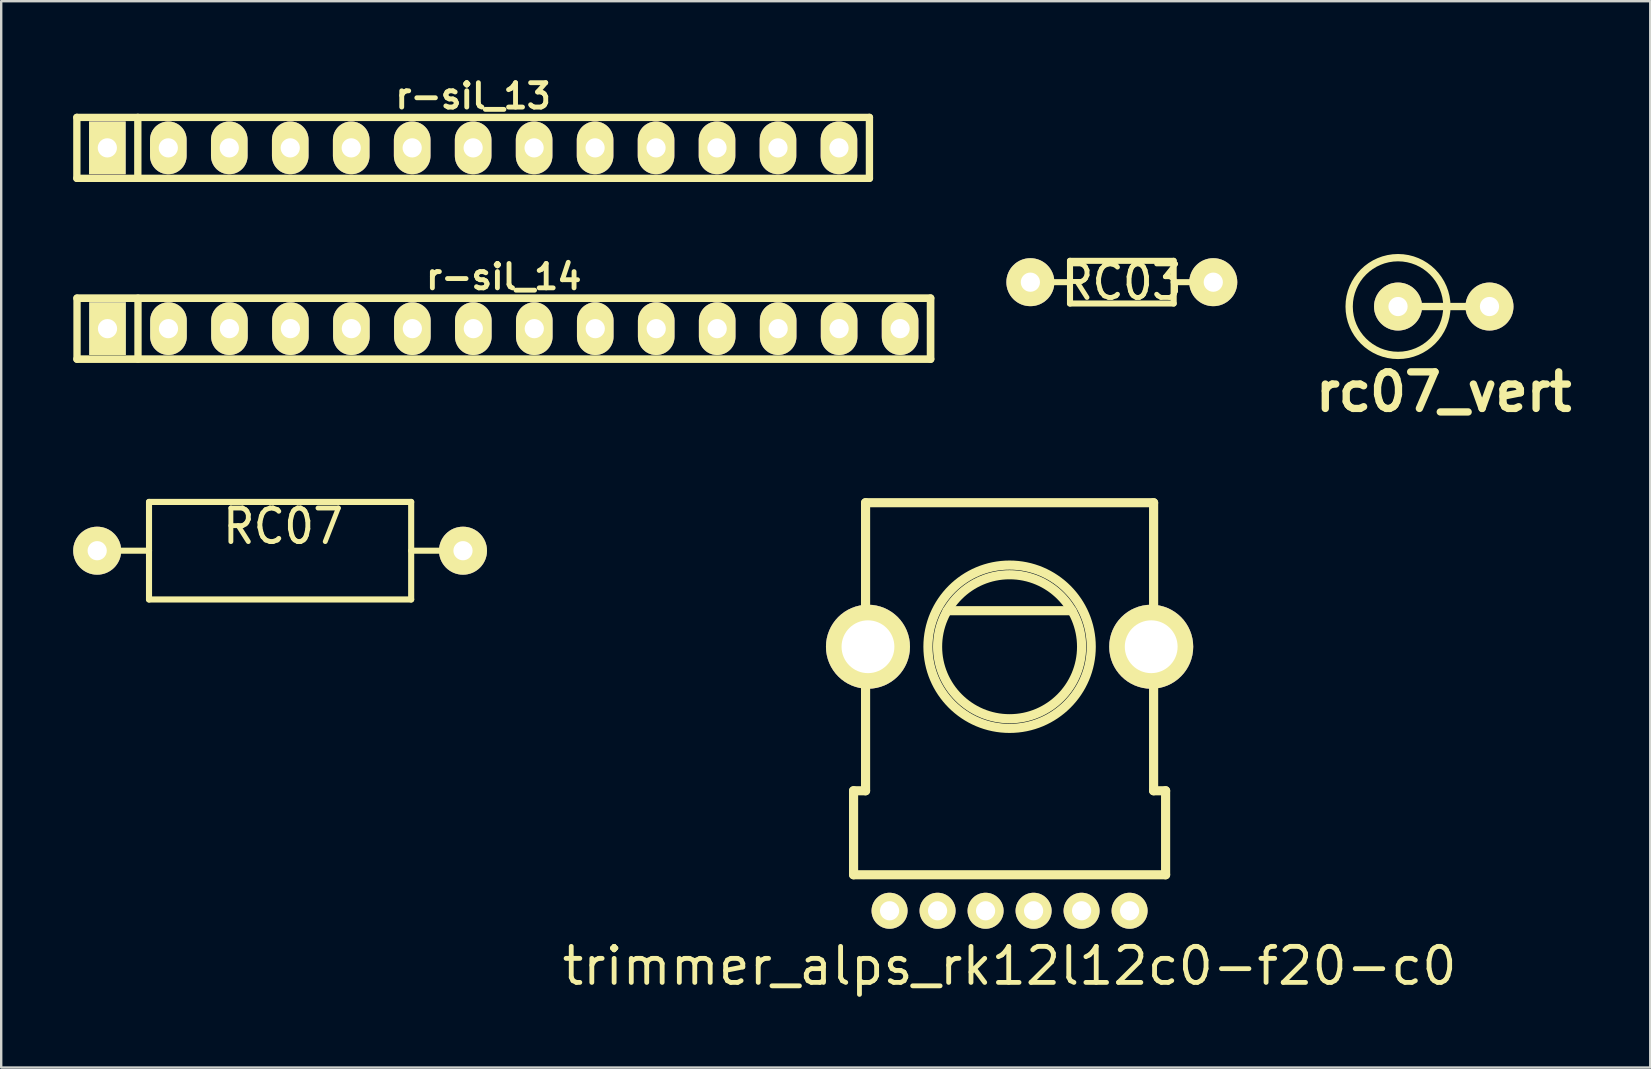
<source format=kicad_pcb>
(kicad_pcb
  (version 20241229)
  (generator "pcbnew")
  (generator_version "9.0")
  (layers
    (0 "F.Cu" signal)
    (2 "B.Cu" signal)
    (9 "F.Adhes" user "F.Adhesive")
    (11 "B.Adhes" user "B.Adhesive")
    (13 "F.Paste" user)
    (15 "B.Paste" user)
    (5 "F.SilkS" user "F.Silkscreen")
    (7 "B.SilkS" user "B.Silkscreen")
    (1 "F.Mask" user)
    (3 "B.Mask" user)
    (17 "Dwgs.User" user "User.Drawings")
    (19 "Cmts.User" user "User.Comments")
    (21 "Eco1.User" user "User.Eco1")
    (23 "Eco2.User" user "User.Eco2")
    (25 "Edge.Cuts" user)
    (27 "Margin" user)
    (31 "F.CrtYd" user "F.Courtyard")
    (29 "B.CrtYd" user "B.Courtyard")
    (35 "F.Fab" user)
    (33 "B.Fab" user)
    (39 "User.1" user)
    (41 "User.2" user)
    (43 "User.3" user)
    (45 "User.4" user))
  (footprint "r-sil_13"
    (layer "F.Cu")
    (at 16.662 3.11)
    (property "Reference" "r-sil_13" (at 0 -2.159 0) (layer "F.SilkS") (effects (font (size 1.016 1.016) (thickness 0.203))))
    (attr through_hole)
    (fp_line (start -16.51 -1.27) (end 16.51 -1.27) (stroke (width 0.305) (type solid)) (layer "F.SilkS"))
    (fp_line (start -16.51 1.27) (end -16.51 -1.27) (stroke (width 0.305) (type solid)) (layer "F.SilkS"))
    (fp_line (start -13.97 -1.27) (end -13.97 1.27) (stroke (width 0.305) (type solid)) (layer "F.SilkS"))
    (fp_line (start 16.51 -1.27) (end 16.51 1.27) (stroke (width 0.305) (type solid)) (layer "F.SilkS"))
    (fp_line (start 16.51 1.27) (end -16.51 1.27) (stroke (width 0.305) (type solid)) (layer "F.SilkS"))
    (pad "1" thru_hole rect (at -15.24 0) (size 1.524 2.197) (drill 0.8) (layers "*.Cu" "*.Mask" "F.SilkS"))
    (pad "2" thru_hole oval (at -12.7 0) (size 1.524 2.197) (drill 0.8) (layers "*.Cu" "*.Mask" "F.SilkS"))
    (pad "3" thru_hole oval (at -10.16 0) (size 1.524 2.197) (drill 0.8) (layers "*.Cu" "*.Mask" "F.SilkS"))
    (pad "4" thru_hole oval (at -7.62 0) (size 1.524 2.197) (drill 0.8) (layers "*.Cu" "*.Mask" "F.SilkS"))
    (pad "5" thru_hole oval (at -5.08 0) (size 1.524 2.197) (drill 0.8) (layers "*.Cu" "*.Mask" "F.SilkS"))
    (pad "6" thru_hole oval (at -2.54 0) (size 1.524 2.197) (drill 0.8) (layers "*.Cu" "*.Mask" "F.SilkS"))
    (pad "7" thru_hole oval (at 0 0) (size 1.524 2.197) (drill 0.8) (layers "*.Cu" "*.Mask" "F.SilkS"))
    (pad "8" thru_hole oval (at 2.54 0) (size 1.524 2.197) (drill 0.8) (layers "*.Cu" "*.Mask" "F.SilkS"))
    (pad "9" thru_hole oval (at 5.08 0) (size 1.524 2.197) (drill 0.8) (layers "*.Cu" "*.Mask" "F.SilkS"))
    (pad "10" thru_hole oval (at 7.62 0) (size 1.524 2.197) (drill 0.8) (layers "*.Cu" "*.Mask" "F.SilkS"))
    (pad "11" thru_hole oval (at 10.16 0) (size 1.524 2.197) (drill 0.8) (layers "*.Cu" "*.Mask" "F.SilkS"))
    (pad "12" thru_hole oval (at 12.7 0) (size 1.524 2.197) (drill 0.8) (layers "*.Cu" "*.Mask" "F.SilkS"))
    (pad "13" thru_hole oval (at 15.24 0) (size 1.524 2.197) (drill 0.8) (layers "*.Cu" "*.Mask" "F.SilkS")))
  (footprint "r-sil_14"
    (layer "F.Cu")
    (at 17.939 10.642)
    (property "Reference" "r-sil_14" (at 0 -2.159 0) (layer "F.SilkS") (effects (font (size 1.016 1.016) (thickness 0.203))))
    (attr through_hole)
    (fp_line (start -17.78 -1.27) (end -17.78 1.27) (stroke (width 0.305) (type solid)) (layer "F.SilkS"))
    (fp_line (start -17.78 -1.27) (end 17.78 -1.27) (stroke (width 0.318) (type solid)) (layer "F.SilkS"))
    (fp_line (start -15.24 1.27) (end -15.24 -1.27) (stroke (width 0.305) (type solid)) (layer "F.SilkS"))
    (fp_line (start 17.78 -1.27) (end 17.78 1.27) (stroke (width 0.318) (type solid)) (layer "F.SilkS"))
    (fp_line (start 17.78 1.27) (end -17.78 1.27) (stroke (width 0.318) (type solid)) (layer "F.SilkS"))
    (pad "1" thru_hole rect (at -16.51 0) (size 1.524 2.197) (drill 0.8) (layers "*.Cu" "*.Mask" "F.SilkS"))
    (pad "2" thru_hole oval (at -13.97 0) (size 1.524 2.197) (drill 0.8) (layers "*.Cu" "*.Mask" "F.SilkS"))
    (pad "3" thru_hole oval (at -11.43 0) (size 1.524 2.197) (drill 0.8) (layers "*.Cu" "*.Mask" "F.SilkS"))
    (pad "4" thru_hole oval (at -8.89 0) (size 1.524 2.197) (drill 0.8) (layers "*.Cu" "*.Mask" "F.SilkS"))
    (pad "5" thru_hole oval (at -6.35 0) (size 1.524 2.197) (drill 0.8) (layers "*.Cu" "*.Mask" "F.SilkS"))
    (pad "6" thru_hole oval (at -3.81 0) (size 1.524 2.197) (drill 0.8) (layers "*.Cu" "*.Mask" "F.SilkS"))
    (pad "7" thru_hole oval (at -1.27 0) (size 1.524 2.197) (drill 0.8) (layers "*.Cu" "*.Mask" "F.SilkS"))
    (pad "8" thru_hole oval (at 1.27 0) (size 1.524 2.197) (drill 0.8) (layers "*.Cu" "*.Mask" "F.SilkS"))
    (pad "9" thru_hole oval (at 3.81 0) (size 1.524 2.197) (drill 0.8) (layers "*.Cu" "*.Mask" "F.SilkS"))
    (pad "10" thru_hole oval (at 6.35 0) (size 1.524 2.197) (drill 0.8) (layers "*.Cu" "*.Mask" "F.SilkS"))
    (pad "11" thru_hole oval (at 8.89 0) (size 1.524 2.197) (drill 0.8) (layers "*.Cu" "*.Mask" "F.SilkS"))
    (pad "12" thru_hole oval (at 11.43 0) (size 1.524 2.197) (drill 0.8) (layers "*.Cu" "*.Mask" "F.SilkS"))
    (pad "13" thru_hole oval (at 13.97 0) (size 1.524 2.197) (drill 0.8) (layers "*.Cu" "*.Mask" "F.SilkS"))
    (pad "14" thru_hole oval (at 16.51 0) (size 1.524 2.197) (drill 0.8) (layers "*.Cu" "*.Mask" "F.SilkS")))
  (footprint "RC07"
    (layer "F.Cu")
    (at 8.619 19.893)
    (property "Reference" "RC07" (at 0.127 -1.016 0) (layer "F.SilkS") (effects (font (size 1.397 1.27) (thickness 0.203))))
    (attr through_hole)
    (fp_line (start -7.62 0) (end -5.461 0) (stroke (width 0.254) (type solid)) (layer "F.SilkS"))
    (fp_line (start -5.461 -2.032) (end 5.461 -2.032) (stroke (width 0.254) (type solid)) (layer "F.SilkS"))
    (fp_line (start -5.461 0) (end -5.461 -2.032) (stroke (width 0.254) (type solid)) (layer "F.SilkS"))
    (fp_line (start -5.461 2.032) (end -5.461 0) (stroke (width 0.254) (type solid)) (layer "F.SilkS"))
    (fp_line (start 5.461 -2.032) (end 5.461 2.032) (stroke (width 0.254) (type solid)) (layer "F.SilkS"))
    (fp_line (start 5.461 0) (end 7.62 0) (stroke (width 0.254) (type solid)) (layer "F.SilkS"))
    (fp_line (start 5.461 2.032) (end -5.461 2.032) (stroke (width 0.254) (type solid)) (layer "F.SilkS"))
    (pad "1" thru_hole circle (at -7.62 0) (size 1.999 1.999) (drill 0.8) (layers "*.Cu" "*.Mask" "F.SilkS"))
    (pad "2" thru_hole circle (at 7.62 0) (size 1.999 1.999) (drill 0.8) (layers "*.Cu" "*.Mask" "F.SilkS")))
  (footprint "rc07_vert"
    (layer "F.Cu")
    (at 57.099 9.721)
    (property "Reference" "rc07_vert" (at 0 3.556 0) (layer "F.SilkS") (effects (font (size 1.524 1.524) (thickness 0.305))))
    (attr through_hole)
    (fp_line (start 1.905 0) (end -1.905 0) (stroke (width 0.305) (type solid)) (layer "F.SilkS"))
    (fp_circle (center -1.905 0) (end -3.937 0.127) (stroke (width 0.305) (type solid)) (fill no) (layer "F.SilkS"))
    (pad "1" thru_hole circle (at -1.905 0) (size 1.999 1.999) (drill 0.8) (layers "*.Cu" "*.Mask" "F.SilkS"))
    (pad "2" thru_hole circle (at 1.905 0) (size 1.999 1.999) (drill 0.8) (layers "*.Cu" "*.Mask" "F.SilkS")))
  (footprint "RC03"
    (layer "F.Cu")
    (at 43.687 8.706)
    (property "Reference" "RC03" (at 0 0 0) (layer "F.SilkS") (effects (font (size 1.397 1.27) (thickness 0.203))))
    (attr through_hole)
    (fp_line (start -2.159 -0.889) (end -2.159 0.889) (stroke (width 0.254) (type solid)) (layer "F.SilkS"))
    (fp_line (start -2.159 0) (end -3.81 0) (stroke (width 0.254) (type solid)) (layer "F.SilkS"))
    (fp_line (start -2.159 0.889) (end 2.159 0.889) (stroke (width 0.254) (type solid)) (layer "F.SilkS"))
    (fp_line (start 2.159 -0.889) (end -2.159 -0.889) (stroke (width 0.254) (type solid)) (layer "F.SilkS"))
    (fp_line (start 2.159 0) (end 3.81 0) (stroke (width 0.254) (type solid)) (layer "F.SilkS"))
    (fp_line (start 2.159 0.889) (end 2.159 -0.889) (stroke (width 0.254) (type solid)) (layer "F.SilkS"))
    (pad "1" thru_hole circle (at -3.81 0) (size 1.999 1.999) (drill 0.8) (layers "*.Cu" "*.Mask" "F.SilkS"))
    (pad "2" thru_hole circle (at 3.81 0) (size 1.999 1.999) (drill 0.8) (layers "*.Cu" "*.Mask" "F.SilkS")))
  (footprint "trimmer_alps_rk12l12c0-f20-c0"
    (layer "F.Cu")
    (at 39.011 23.894)
    (property "Reference" "trimmer_alps_rk12l12c0-f20-c0" (at 0 13.3 0) (layer "F.SilkS") (effects (font (size 1.501 1.501) (thickness 0.201))))
    (attr through_hole)
    (fp_line (start -6.5 6) (end -6.5 9.5) (stroke (width 0.381) (type solid)) (layer "F.SilkS"))
    (fp_line (start -6.5 9.5) (end 6.5 9.5) (stroke (width 0.381) (type solid)) (layer "F.SilkS"))
    (fp_line (start -6 -6) (end -6 6) (stroke (width 0.381) (type solid)) (layer "F.SilkS"))
    (fp_line (start -6 -6) (end 6 -6) (stroke (width 0.381) (type solid)) (layer "F.SilkS"))
    (fp_line (start -6 6) (end -6.5 6) (stroke (width 0.381) (type solid)) (layer "F.SilkS"))
    (fp_line (start -2.601 -1.501) (end 2.601 -1.501) (stroke (width 0.381) (type solid)) (layer "F.SilkS"))
    (fp_line (start 6 -6) (end 6 6) (stroke (width 0.381) (type solid)) (layer "F.SilkS"))
    (fp_line (start 6.5 6) (end 6 6) (stroke (width 0.381) (type solid)) (layer "F.SilkS"))
    (fp_line (start 6.5 9.5) (end 6.5 6) (stroke (width 0.381) (type solid)) (layer "F.SilkS"))
    (fp_circle (center 0 0) (end -3.401 0) (stroke (width 0.381) (type solid)) (fill no) (layer "F.SilkS"))
    (fp_circle (center 0 0) (end -3 0) (stroke (width 0.381) (type solid)) (fill no) (layer "F.SilkS"))
    (pad "" thru_hole circle (at -5.9 0) (size 3.5 3.5) (drill 2.2) (layers "*.Cu" "*.Mask" "F.SilkS"))
    (pad "" thru_hole circle (at 5.9 0) (size 3.5 3.5) (drill 2.2) (layers "*.Cu" "*.Mask" "F.SilkS"))
    (pad "1" thru_hole oval (at -1 11) (size 1.5 1.5) (drill 0.8) (layers "*.Cu" "*.Mask" "F.SilkS"))
    (pad "2" thru_hole oval (at 1 11) (size 1.5 1.5) (drill 0.8) (layers "*.Cu" "*.Mask" "F.SilkS"))
    (pad "3" thru_hole oval (at 3 11) (size 1.5 1.5) (drill 0.8) (layers "*.Cu" "*.Mask" "F.SilkS"))
    (pad "4" thru_hole oval (at -3 11) (size 1.5 1.5) (drill 0.8) (layers "*.Cu" "*.Mask" "F.SilkS"))
    (pad "5" thru_hole oval (at -5 11) (size 1.5 1.5) (drill 0.8) (layers "*.Cu" "*.Mask" "F.SilkS"))
    (pad "6" thru_hole oval (at 5 11) (size 1.5 1.5) (drill 0.8) (layers "*.Cu" "*.Mask" "F.SilkS")))
  (gr_rect
    (start -3 -3)
    (end 65.702 41.424)
    (stroke (width 0.1) (type default))
    (fill no)
    (layer "Edge.Cuts")))
</source>
